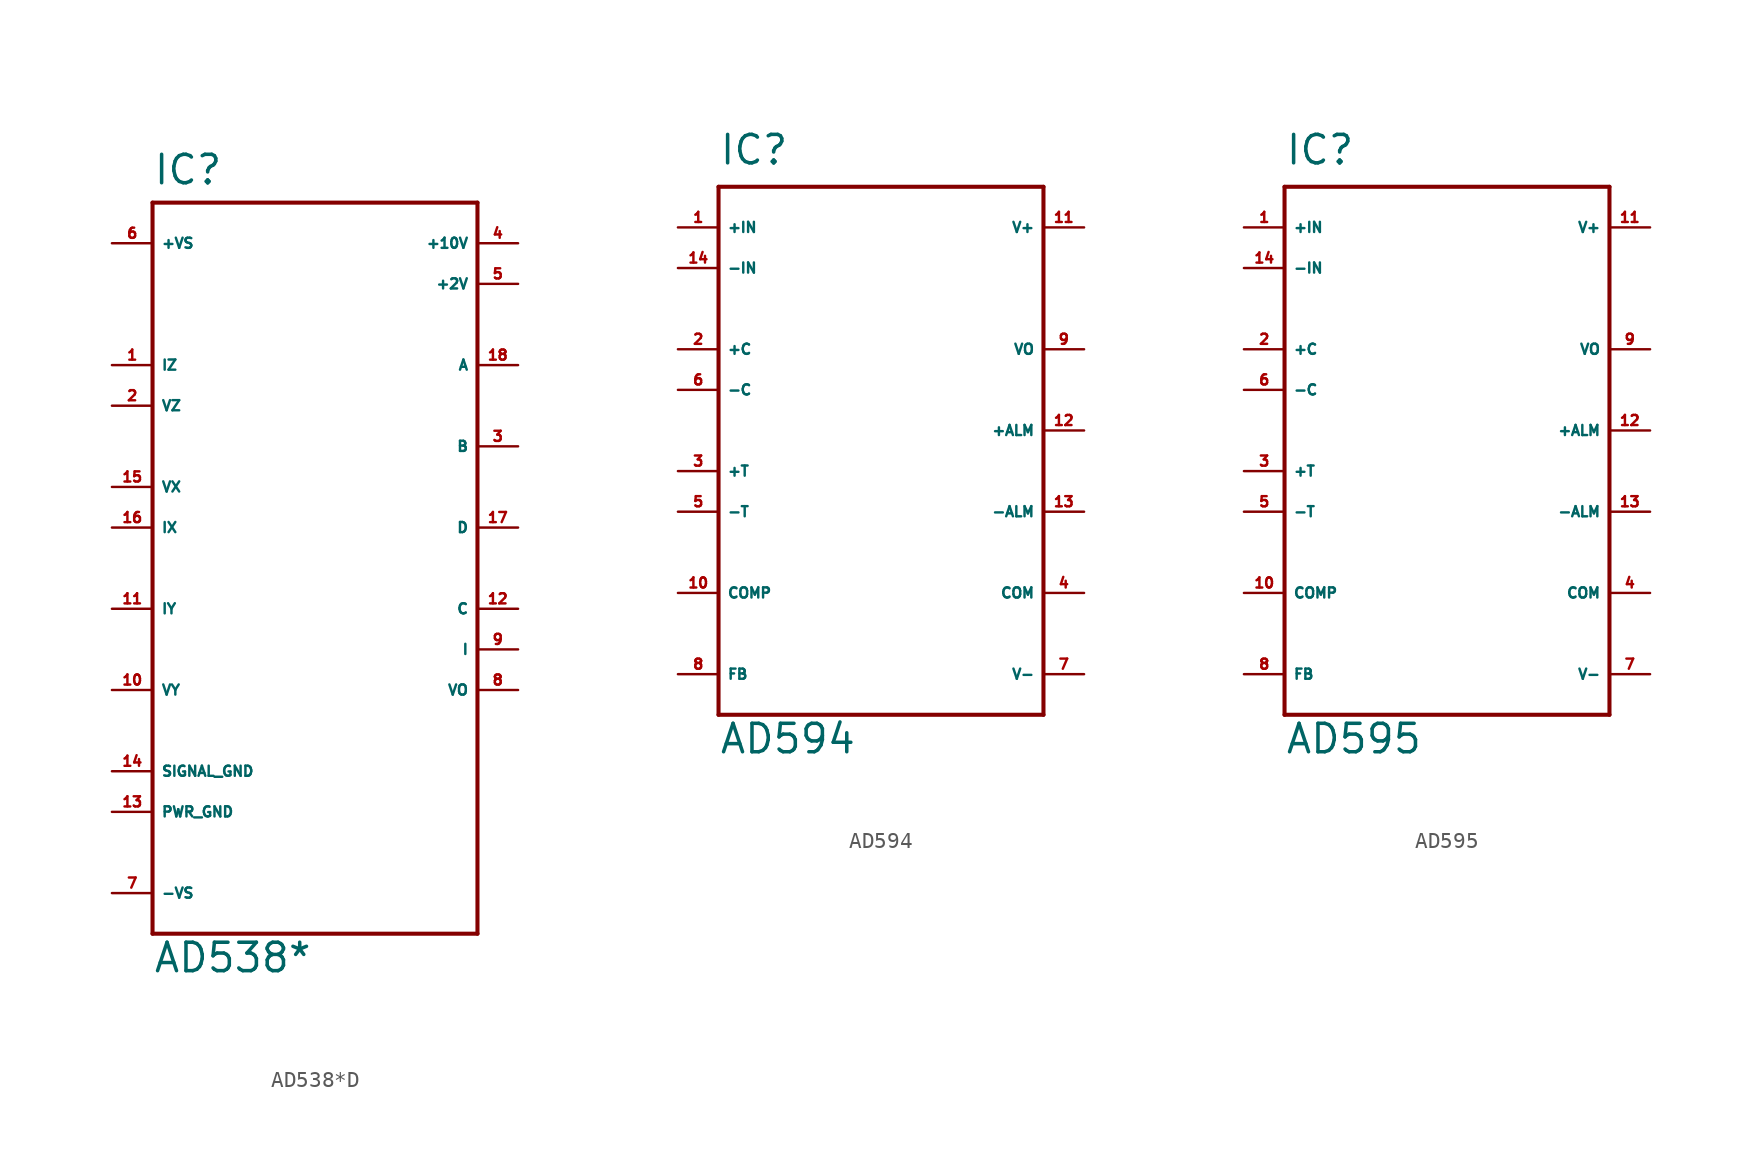
<source format=kicad_sym>
(kicad_symbol_lib
  (version 20220914)
  (generator Eagle2Kicad)
  (symbol "AD538*D"
    (property "Reference" "IC"
      (at -10.16 23.876 0)
      (effects (font (size 1.778 1.778) (thickness 0.22)) (justify left bottom)))
    (property "Value" "AD538*"
      (at -10.16 -25.4 0)
      (effects (font (size 1.778 1.778) (thickness 0.22)) (justify left bottom)))
    (polyline
      (pts (xy -10.16 22.86) (xy 10.16 22.86))
      (stroke (width 0.254) (type default))
      (fill (type none)))
    (polyline
      (pts (xy 10.16 22.86) (xy 10.16 -22.86))
      (stroke (width 0.254) (type default))
      (fill (type none)))
    (polyline
      (pts (xy 10.16 -22.86) (xy -10.16 -22.86))
      (stroke (width 0.254) (type default))
      (fill (type none)))
    (polyline
      (pts (xy -10.16 -22.86) (xy -10.16 22.86))
      (stroke (width 0.254) (type default))
      (fill (type none)))
    (pin passive line
      (at -12.7 12.7 0)
      (length 2.54)
      (name "IZ" (effects (font (size 0.635 0.635) (thickness 0.08)) (justify left bottom)))
      (number "1" (effects (font (size 0.635 0.635) (thickness 0.08)) (justify left bottom))))
    (pin input line
      (at -12.7 10.16 0)
      (length 2.54)
      (name "VZ" (effects (font (size 0.635 0.635) (thickness 0.08)) (justify left bottom)))
      (number "2" (effects (font (size 0.635 0.635) (thickness 0.08)) (justify left bottom))))
    (pin output line
      (at 12.7 7.62 180)
      (length 2.54)
      (name "B" (effects (font (size 0.635 0.635) (thickness 0.08)) (justify left bottom)))
      (number "3" (effects (font (size 0.635 0.635) (thickness 0.08)) (justify left bottom))))
    (pin passive line
      (at 12.7 12.7 180)
      (length 2.54)
      (name "A" (effects (font (size 0.635 0.635) (thickness 0.08)) (justify left bottom)))
      (number "18" (effects (font (size 0.635 0.635) (thickness 0.08)) (justify left bottom))))
    (pin passive line
      (at -12.7 2.54 0)
      (length 2.54)
      (name "IX" (effects (font (size 0.635 0.635) (thickness 0.08)) (justify left bottom)))
      (number "16" (effects (font (size 0.635 0.635) (thickness 0.08)) (justify left bottom))))
    (pin input line
      (at -12.7 5.08 0)
      (length 2.54)
      (name "VX" (effects (font (size 0.635 0.635) (thickness 0.08)) (justify left bottom)))
      (number "15" (effects (font (size 0.635 0.635) (thickness 0.08)) (justify left bottom))))
    (pin passive line
      (at -12.7 -2.54 0)
      (length 2.54)
      (name "IY" (effects (font (size 0.635 0.635) (thickness 0.08)) (justify left bottom)))
      (number "11" (effects (font (size 0.635 0.635) (thickness 0.08)) (justify left bottom))))
    (pin input line
      (at -12.7 -7.62 0)
      (length 2.54)
      (name "VY" (effects (font (size 0.635 0.635) (thickness 0.08)) (justify left bottom)))
      (number "10" (effects (font (size 0.635 0.635) (thickness 0.08)) (justify left bottom))))
    (pin passive line
      (at 12.7 -2.54 180)
      (length 2.54)
      (name "C" (effects (font (size 0.635 0.635) (thickness 0.08)) (justify left bottom)))
      (number "12" (effects (font (size 0.635 0.635) (thickness 0.08)) (justify left bottom))))
    (pin passive line
      (at 12.7 -5.08 180)
      (length 2.54)
      (name "I" (effects (font (size 0.635 0.635) (thickness 0.08)) (justify left bottom)))
      (number "9" (effects (font (size 0.635 0.635) (thickness 0.08)) (justify left bottom))))
    (pin output line
      (at 12.7 -7.62 180)
      (length 2.54)
      (name "VO" (effects (font (size 0.635 0.635) (thickness 0.08)) (justify left bottom)))
      (number "8" (effects (font (size 0.635 0.635) (thickness 0.08)) (justify left bottom))))
    (pin passive line
      (at 12.7 2.54 180)
      (length 2.54)
      (name "D" (effects (font (size 0.635 0.635) (thickness 0.08)) (justify left bottom)))
      (number "17" (effects (font (size 0.635 0.635) (thickness 0.08)) (justify left bottom))))
    (pin unspecified line
      (at -12.7 -12.7 0)
      (length 2.54)
      (name "SIGNAL_GND" (effects (font (size 0.635 0.635) (thickness 0.08)) (justify left bottom)))
      (number "14" (effects (font (size 0.635 0.635) (thickness 0.08)) (justify left bottom))))
    (pin unspecified line
      (at -12.7 -15.24 0)
      (length 2.54)
      (name "PWR_GND" (effects (font (size 0.635 0.635) (thickness 0.08)) (justify left bottom)))
      (number "13" (effects (font (size 0.635 0.635) (thickness 0.08)) (justify left bottom))))
    (pin unspecified line
      (at -12.7 20.32 0)
      (length 2.54)
      (name "+VS" (effects (font (size 0.635 0.635) (thickness 0.08)) (justify left bottom)))
      (number "6" (effects (font (size 0.635 0.635) (thickness 0.08)) (justify left bottom))))
    (pin unspecified line
      (at -12.7 -20.32 0)
      (length 2.54)
      (name "-VS" (effects (font (size 0.635 0.635) (thickness 0.08)) (justify left bottom)))
      (number "7" (effects (font (size 0.635 0.635) (thickness 0.08)) (justify left bottom))))
    (pin output line
      (at 12.7 20.32 180)
      (length 2.54)
      (name "+10V" (effects (font (size 0.635 0.635) (thickness 0.08)) (justify left bottom)))
      (number "4" (effects (font (size 0.635 0.635) (thickness 0.08)) (justify left bottom))))
    (pin output line
      (at 12.7 17.78 180)
      (length 2.54)
      (name "+2V" (effects (font (size 0.635 0.635) (thickness 0.08)) (justify left bottom)))
      (number "5" (effects (font (size 0.635 0.635) (thickness 0.08)) (justify left bottom)))))
  (symbol "AD594"
    (property "Reference" "IC"
      (at -10.16 16.51 0)
      (effects (font (size 1.778 1.778) (thickness 0.22)) (justify left bottom)))
    (property "Value" "AD594"
      (at -10.16 -20.32 0)
      (effects (font (size 1.778 1.778) (thickness 0.22)) (justify left bottom)))
    (polyline
      (pts (xy -10.16 15.24) (xy 10.16 15.24))
      (stroke (width 0.254) (type default))
      (fill (type none)))
    (polyline
      (pts (xy 10.16 15.24) (xy 10.16 -17.78))
      (stroke (width 0.254) (type default))
      (fill (type none)))
    (polyline
      (pts (xy 10.16 -17.78) (xy -10.16 -17.78))
      (stroke (width 0.254) (type default))
      (fill (type none)))
    (polyline
      (pts (xy -10.16 -17.78) (xy -10.16 15.24))
      (stroke (width 0.254) (type default))
      (fill (type none)))
    (pin input line
      (at -12.7 10.16 0)
      (length 2.54)
      (name "-IN" (effects (font (size 0.635 0.635) (thickness 0.08)) (justify left bottom)))
      (number "14" (effects (font (size 0.635 0.635) (thickness 0.08)) (justify left bottom))))
    (pin input line
      (at -12.7 12.7 0)
      (length 2.54)
      (name "+IN" (effects (font (size 0.635 0.635) (thickness 0.08)) (justify left bottom)))
      (number "1" (effects (font (size 0.635 0.635) (thickness 0.08)) (justify left bottom))))
    (pin input line
      (at -12.7 5.08 0)
      (length 2.54)
      (name "+C" (effects (font (size 0.635 0.635) (thickness 0.08)) (justify left bottom)))
      (number "2" (effects (font (size 0.635 0.635) (thickness 0.08)) (justify left bottom))))
    (pin input line
      (at -12.7 2.54 0)
      (length 2.54)
      (name "-C" (effects (font (size 0.635 0.635) (thickness 0.08)) (justify left bottom)))
      (number "6" (effects (font (size 0.635 0.635) (thickness 0.08)) (justify left bottom))))
    (pin passive line
      (at -12.7 -2.54 0)
      (length 2.54)
      (name "+T" (effects (font (size 0.635 0.635) (thickness 0.08)) (justify left bottom)))
      (number "3" (effects (font (size 0.635 0.635) (thickness 0.08)) (justify left bottom))))
    (pin passive line
      (at -12.7 -5.08 0)
      (length 2.54)
      (name "-T" (effects (font (size 0.635 0.635) (thickness 0.08)) (justify left bottom)))
      (number "5" (effects (font (size 0.635 0.635) (thickness 0.08)) (justify left bottom))))
    (pin passive line
      (at 12.7 0 180)
      (length 2.54)
      (name "+ALM" (effects (font (size 0.635 0.635) (thickness 0.08)) (justify left bottom)))
      (number "12" (effects (font (size 0.635 0.635) (thickness 0.08)) (justify left bottom))))
    (pin passive line
      (at 12.7 -5.08 180)
      (length 2.54)
      (name "-ALM" (effects (font (size 0.635 0.635) (thickness 0.08)) (justify left bottom)))
      (number "13" (effects (font (size 0.635 0.635) (thickness 0.08)) (justify left bottom))))
    (pin passive line
      (at -12.7 -15.24 0)
      (length 2.54)
      (name "FB" (effects (font (size 0.635 0.635) (thickness 0.08)) (justify left bottom)))
      (number "8" (effects (font (size 0.635 0.635) (thickness 0.08)) (justify left bottom))))
    (pin passive line
      (at -12.7 -10.16 0)
      (length 2.54)
      (name "COMP" (effects (font (size 0.635 0.635) (thickness 0.08)) (justify left bottom)))
      (number "10" (effects (font (size 0.635 0.635) (thickness 0.08)) (justify left bottom))))
    (pin output line
      (at 12.7 5.08 180)
      (length 2.54)
      (name "VO" (effects (font (size 0.635 0.635) (thickness 0.08)) (justify left bottom)))
      (number "9" (effects (font (size 0.635 0.635) (thickness 0.08)) (justify left bottom))))
    (pin unspecified line
      (at 12.7 12.7 180)
      (length 2.54)
      (name "V+" (effects (font (size 0.635 0.635) (thickness 0.08)) (justify left bottom)))
      (number "11" (effects (font (size 0.635 0.635) (thickness 0.08)) (justify left bottom))))
    (pin unspecified line
      (at 12.7 -15.24 180)
      (length 2.54)
      (name "V-" (effects (font (size 0.635 0.635) (thickness 0.08)) (justify left bottom)))
      (number "7" (effects (font (size 0.635 0.635) (thickness 0.08)) (justify left bottom))))
    (pin unspecified line
      (at 12.7 -10.16 180)
      (length 2.54)
      (name "COM" (effects (font (size 0.635 0.635) (thickness 0.08)) (justify left bottom)))
      (number "4" (effects (font (size 0.635 0.635) (thickness 0.08)) (justify left bottom)))))
  (symbol "AD595"
    (property "Reference" "IC"
      (at -10.16 16.51 0)
      (effects (font (size 1.778 1.778) (thickness 0.22)) (justify left bottom)))
    (property "Value" "AD595"
      (at -10.16 -20.32 0)
      (effects (font (size 1.778 1.778) (thickness 0.22)) (justify left bottom)))
    (polyline
      (pts (xy -10.16 15.24) (xy 10.16 15.24))
      (stroke (width 0.254) (type default))
      (fill (type none)))
    (polyline
      (pts (xy 10.16 15.24) (xy 10.16 -17.78))
      (stroke (width 0.254) (type default))
      (fill (type none)))
    (polyline
      (pts (xy 10.16 -17.78) (xy -10.16 -17.78))
      (stroke (width 0.254) (type default))
      (fill (type none)))
    (polyline
      (pts (xy -10.16 -17.78) (xy -10.16 15.24))
      (stroke (width 0.254) (type default))
      (fill (type none)))
    (pin input line
      (at -12.7 10.16 0)
      (length 2.54)
      (name "-IN" (effects (font (size 0.635 0.635) (thickness 0.08)) (justify left bottom)))
      (number "14" (effects (font (size 0.635 0.635) (thickness 0.08)) (justify left bottom))))
    (pin input line
      (at -12.7 12.7 0)
      (length 2.54)
      (name "+IN" (effects (font (size 0.635 0.635) (thickness 0.08)) (justify left bottom)))
      (number "1" (effects (font (size 0.635 0.635) (thickness 0.08)) (justify left bottom))))
    (pin input line
      (at -12.7 5.08 0)
      (length 2.54)
      (name "+C" (effects (font (size 0.635 0.635) (thickness 0.08)) (justify left bottom)))
      (number "2" (effects (font (size 0.635 0.635) (thickness 0.08)) (justify left bottom))))
    (pin input line
      (at -12.7 2.54 0)
      (length 2.54)
      (name "-C" (effects (font (size 0.635 0.635) (thickness 0.08)) (justify left bottom)))
      (number "6" (effects (font (size 0.635 0.635) (thickness 0.08)) (justify left bottom))))
    (pin passive line
      (at -12.7 -2.54 0)
      (length 2.54)
      (name "+T" (effects (font (size 0.635 0.635) (thickness 0.08)) (justify left bottom)))
      (number "3" (effects (font (size 0.635 0.635) (thickness 0.08)) (justify left bottom))))
    (pin passive line
      (at -12.7 -5.08 0)
      (length 2.54)
      (name "-T" (effects (font (size 0.635 0.635) (thickness 0.08)) (justify left bottom)))
      (number "5" (effects (font (size 0.635 0.635) (thickness 0.08)) (justify left bottom))))
    (pin passive line
      (at 12.7 0 180)
      (length 2.54)
      (name "+ALM" (effects (font (size 0.635 0.635) (thickness 0.08)) (justify left bottom)))
      (number "12" (effects (font (size 0.635 0.635) (thickness 0.08)) (justify left bottom))))
    (pin passive line
      (at 12.7 -5.08 180)
      (length 2.54)
      (name "-ALM" (effects (font (size 0.635 0.635) (thickness 0.08)) (justify left bottom)))
      (number "13" (effects (font (size 0.635 0.635) (thickness 0.08)) (justify left bottom))))
    (pin passive line
      (at -12.7 -15.24 0)
      (length 2.54)
      (name "FB" (effects (font (size 0.635 0.635) (thickness 0.08)) (justify left bottom)))
      (number "8" (effects (font (size 0.635 0.635) (thickness 0.08)) (justify left bottom))))
    (pin passive line
      (at -12.7 -10.16 0)
      (length 2.54)
      (name "COMP" (effects (font (size 0.635 0.635) (thickness 0.08)) (justify left bottom)))
      (number "10" (effects (font (size 0.635 0.635) (thickness 0.08)) (justify left bottom))))
    (pin output line
      (at 12.7 5.08 180)
      (length 2.54)
      (name "VO" (effects (font (size 0.635 0.635) (thickness 0.08)) (justify left bottom)))
      (number "9" (effects (font (size 0.635 0.635) (thickness 0.08)) (justify left bottom))))
    (pin unspecified line
      (at 12.7 12.7 180)
      (length 2.54)
      (name "V+" (effects (font (size 0.635 0.635) (thickness 0.08)) (justify left bottom)))
      (number "11" (effects (font (size 0.635 0.635) (thickness 0.08)) (justify left bottom))))
    (pin unspecified line
      (at 12.7 -15.24 180)
      (length 2.54)
      (name "V-" (effects (font (size 0.635 0.635) (thickness 0.08)) (justify left bottom)))
      (number "7" (effects (font (size 0.635 0.635) (thickness 0.08)) (justify left bottom))))
    (pin unspecified line
      (at 12.7 -10.16 180)
      (length 2.54)
      (name "COM" (effects (font (size 0.635 0.635) (thickness 0.08)) (justify left bottom)))
      (number "4" (effects (font (size 0.635 0.635) (thickness 0.08)) (justify left bottom))))))
</source>
